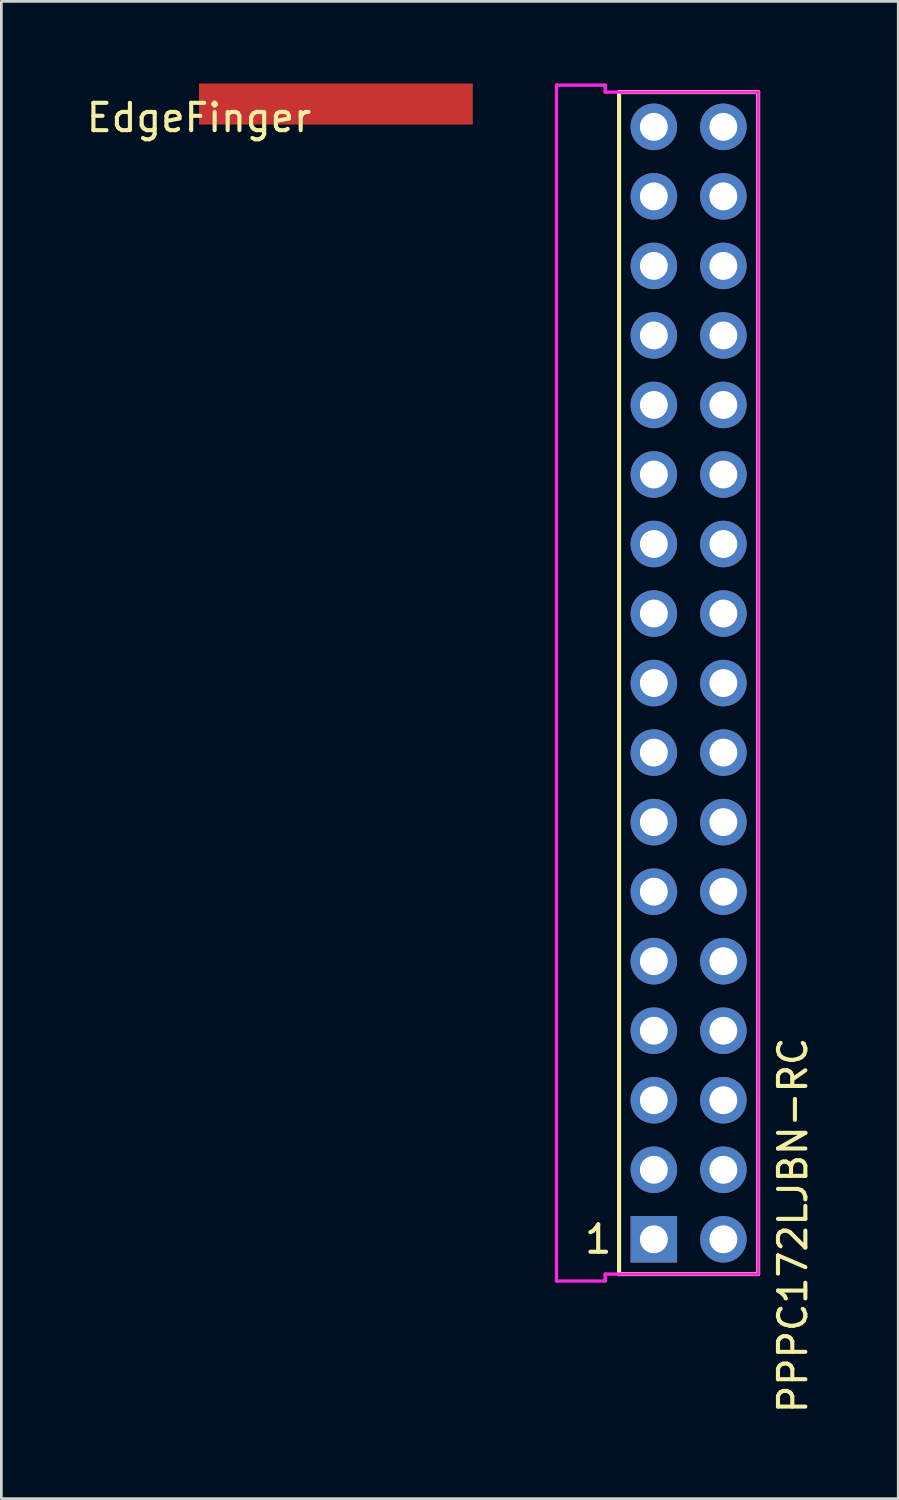
<source format=kicad_pcb>
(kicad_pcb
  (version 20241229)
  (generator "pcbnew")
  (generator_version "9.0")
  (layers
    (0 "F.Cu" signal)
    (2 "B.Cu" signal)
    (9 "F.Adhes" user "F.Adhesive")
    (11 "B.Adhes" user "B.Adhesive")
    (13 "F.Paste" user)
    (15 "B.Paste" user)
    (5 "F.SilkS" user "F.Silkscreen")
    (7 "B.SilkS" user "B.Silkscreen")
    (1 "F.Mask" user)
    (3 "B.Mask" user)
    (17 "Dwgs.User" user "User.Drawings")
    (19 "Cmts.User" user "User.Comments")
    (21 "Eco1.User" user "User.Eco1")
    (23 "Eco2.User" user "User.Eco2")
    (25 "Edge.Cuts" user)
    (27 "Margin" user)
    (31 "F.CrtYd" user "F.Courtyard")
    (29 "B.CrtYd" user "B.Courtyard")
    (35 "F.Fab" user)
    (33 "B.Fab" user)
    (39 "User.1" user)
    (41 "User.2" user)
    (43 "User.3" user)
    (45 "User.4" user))
  (footprint "EdgeFinger"
    (layer "F.Cu")
    (at 4.22 0.75)
    (property "Reference" "EdgeFinger" (at 0 0.5 0) (layer "F.SilkS") (effects (font (size 1 1) (thickness 0.15))))
    (attr through_hole)
    (pad "1" connect rect (at 0 0) (size 10 1.5) (drill (offset 5 0)) (layers "F.Cu" "F.Mask")))
  (footprint "PPPC172LJBN-RC"
    (layer "F.Cu")
    (at 20.836 42.224)
    (property "Reference" "PPPC172LJBN-RC" (at 5.08 -0.508 90) (layer "F.SilkS") (effects (font (size 1 1) (thickness 0.15))))
    (attr through_hole)
    (fp_line (start -1.27 1.27) (end -1.27 -41.91) (stroke (width 0.15) (type solid)) (layer "F.SilkS"))
    (fp_line (start 3.81 -41.91) (end -1.27 -41.91) (stroke (width 0.15) (type solid)) (layer "F.SilkS"))
    (fp_line (start 3.81 -41.91) (end 3.81 1.27) (stroke (width 0.15) (type solid)) (layer "F.SilkS"))
    (fp_line (start 3.81 1.27) (end -1.27 1.27) (stroke (width 0.15) (type solid)) (layer "F.SilkS"))
    (fp_line (start -3.556 -42.164) (end -3.556 1.524) (stroke (width 0.12) (type solid)) (layer "F.CrtYd"))
    (fp_line (start -3.556 1.524) (end -1.778 1.524) (stroke (width 0.12) (type solid)) (layer "F.CrtYd"))
    (fp_line (start -1.778 -42.164) (end -3.556 -42.164) (stroke (width 0.12) (type solid)) (layer "F.CrtYd"))
    (fp_line (start -1.778 -41.91) (end -1.778 -42.164) (stroke (width 0.12) (type solid)) (layer "F.CrtYd"))
    (fp_line (start -1.778 1.27) (end 3.81 1.27) (stroke (width 0.12) (type solid)) (layer "F.CrtYd"))
    (fp_line (start -1.778 1.524) (end -1.778 1.27) (stroke (width 0.12) (type solid)) (layer "F.CrtYd"))
    (fp_line (start 3.81 -41.91) (end -1.778 -41.91) (stroke (width 0.12) (type solid)) (layer "F.CrtYd"))
    (fp_line (start 3.81 1.27) (end 3.81 -41.91) (stroke (width 0.12) (type solid)) (layer "F.CrtYd"))
    (fp_text user "1" (at -2.032 0 0) (layer "F.SilkS") (effects (font (size 1 1) (thickness 0.15))))
    (pad "1" thru_hole rect (at 0 0) (size 1.7 1.7) (drill 1.02) (layers "*.Cu" "*.Mask"))
    (pad "2" thru_hole circle (at 2.54 0) (size 1.7 1.7) (drill 1.02) (layers "*.Cu" "*.Mask"))
    (pad "3" thru_hole circle (at 0 -2.54) (size 1.7 1.7) (drill 1.02) (layers "*.Cu" "*.Mask"))
    (pad "4" thru_hole circle (at 2.54 -2.54) (size 1.7 1.7) (drill 1.02) (layers "*.Cu" "*.Mask"))
    (pad "5" thru_hole circle (at 0 -5.08) (size 1.7 1.7) (drill 1.02) (layers "*.Cu" "*.Mask"))
    (pad "6" thru_hole circle (at 2.54 -5.08) (size 1.7 1.7) (drill 1.02) (layers "*.Cu" "*.Mask"))
    (pad "7" thru_hole circle (at 0 -7.62) (size 1.7 1.7) (drill 1.02) (layers "*.Cu" "*.Mask"))
    (pad "8" thru_hole circle (at 2.54 -7.62) (size 1.7 1.7) (drill 1.02) (layers "*.Cu" "*.Mask"))
    (pad "9" thru_hole circle (at 0 -10.16) (size 1.7 1.7) (drill 1.02) (layers "*.Cu" "*.Mask"))
    (pad "10" thru_hole circle (at 2.54 -10.16) (size 1.7 1.7) (drill 1.02) (layers "*.Cu" "*.Mask"))
    (pad "11" thru_hole circle (at 0 -12.7) (size 1.7 1.7) (drill 1.02) (layers "*.Cu" "*.Mask"))
    (pad "12" thru_hole circle (at 2.54 -12.7) (size 1.7 1.7) (drill 1.02) (layers "*.Cu" "*.Mask"))
    (pad "13" thru_hole circle (at 0 -15.24) (size 1.7 1.7) (drill 1.02) (layers "*.Cu" "*.Mask"))
    (pad "14" thru_hole circle (at 2.54 -15.24) (size 1.7 1.7) (drill 1.02) (layers "*.Cu" "*.Mask"))
    (pad "15" thru_hole circle (at 0 -17.78) (size 1.7 1.7) (drill 1.02) (layers "*.Cu" "*.Mask"))
    (pad "16" thru_hole circle (at 2.54 -17.78) (size 1.7 1.7) (drill 1.02) (layers "*.Cu" "*.Mask"))
    (pad "17" thru_hole circle (at 0 -20.32) (size 1.7 1.7) (drill 1.02) (layers "*.Cu" "*.Mask"))
    (pad "18" thru_hole circle (at 2.54 -20.32) (size 1.7 1.7) (drill 1.02) (layers "*.Cu" "*.Mask"))
    (pad "19" thru_hole circle (at 0 -22.86) (size 1.7 1.7) (drill 1.02) (layers "*.Cu" "*.Mask"))
    (pad "20" thru_hole circle (at 2.54 -22.86) (size 1.7 1.7) (drill 1.02) (layers "*.Cu" "*.Mask"))
    (pad "21" thru_hole circle (at 0 -25.4) (size 1.7 1.7) (drill 1.02) (layers "*.Cu" "*.Mask"))
    (pad "22" thru_hole circle (at 2.54 -25.4) (size 1.7 1.7) (drill 1.02) (layers "*.Cu" "*.Mask"))
    (pad "23" thru_hole circle (at 0 -27.94) (size 1.7 1.7) (drill 1.02) (layers "*.Cu" "*.Mask"))
    (pad "24" thru_hole circle (at 2.54 -27.94) (size 1.7 1.7) (drill 1.02) (layers "*.Cu" "*.Mask"))
    (pad "25" thru_hole circle (at 0 -30.48) (size 1.7 1.7) (drill 1.02) (layers "*.Cu" "*.Mask"))
    (pad "26" thru_hole circle (at 2.54 -30.48) (size 1.7 1.7) (drill 1.02) (layers "*.Cu" "*.Mask"))
    (pad "27" thru_hole circle (at 0 -33.02) (size 1.7 1.7) (drill 1.02) (layers "*.Cu" "*.Mask"))
    (pad "28" thru_hole circle (at 2.54 -33.02) (size 1.7 1.7) (drill 1.02) (layers "*.Cu" "*.Mask"))
    (pad "29" thru_hole circle (at 0 -35.56) (size 1.7 1.7) (drill 1.02) (layers "*.Cu" "*.Mask"))
    (pad "30" thru_hole circle (at 2.54 -35.56) (size 1.7 1.7) (drill 1.02) (layers "*.Cu" "*.Mask"))
    (pad "31" thru_hole circle (at 0 -38.1) (size 1.7 1.7) (drill 1.02) (layers "*.Cu" "*.Mask"))
    (pad "32" thru_hole circle (at 2.54 -38.1) (size 1.7 1.7) (drill 1.02) (layers "*.Cu" "*.Mask"))
    (pad "33" thru_hole circle (at 0 -40.64) (size 1.7 1.7) (drill 1.02) (layers "*.Cu" "*.Mask"))
    (pad "34" thru_hole circle (at 2.54 -40.64) (size 1.7 1.7) (drill 1.02) (layers "*.Cu" "*.Mask")))
  (gr_rect
    (start -3 -3)
    (end 29.764 51.698)
    (stroke (width 0.1) (type default))
    (fill no)
    (layer "Edge.Cuts")))
</source>
